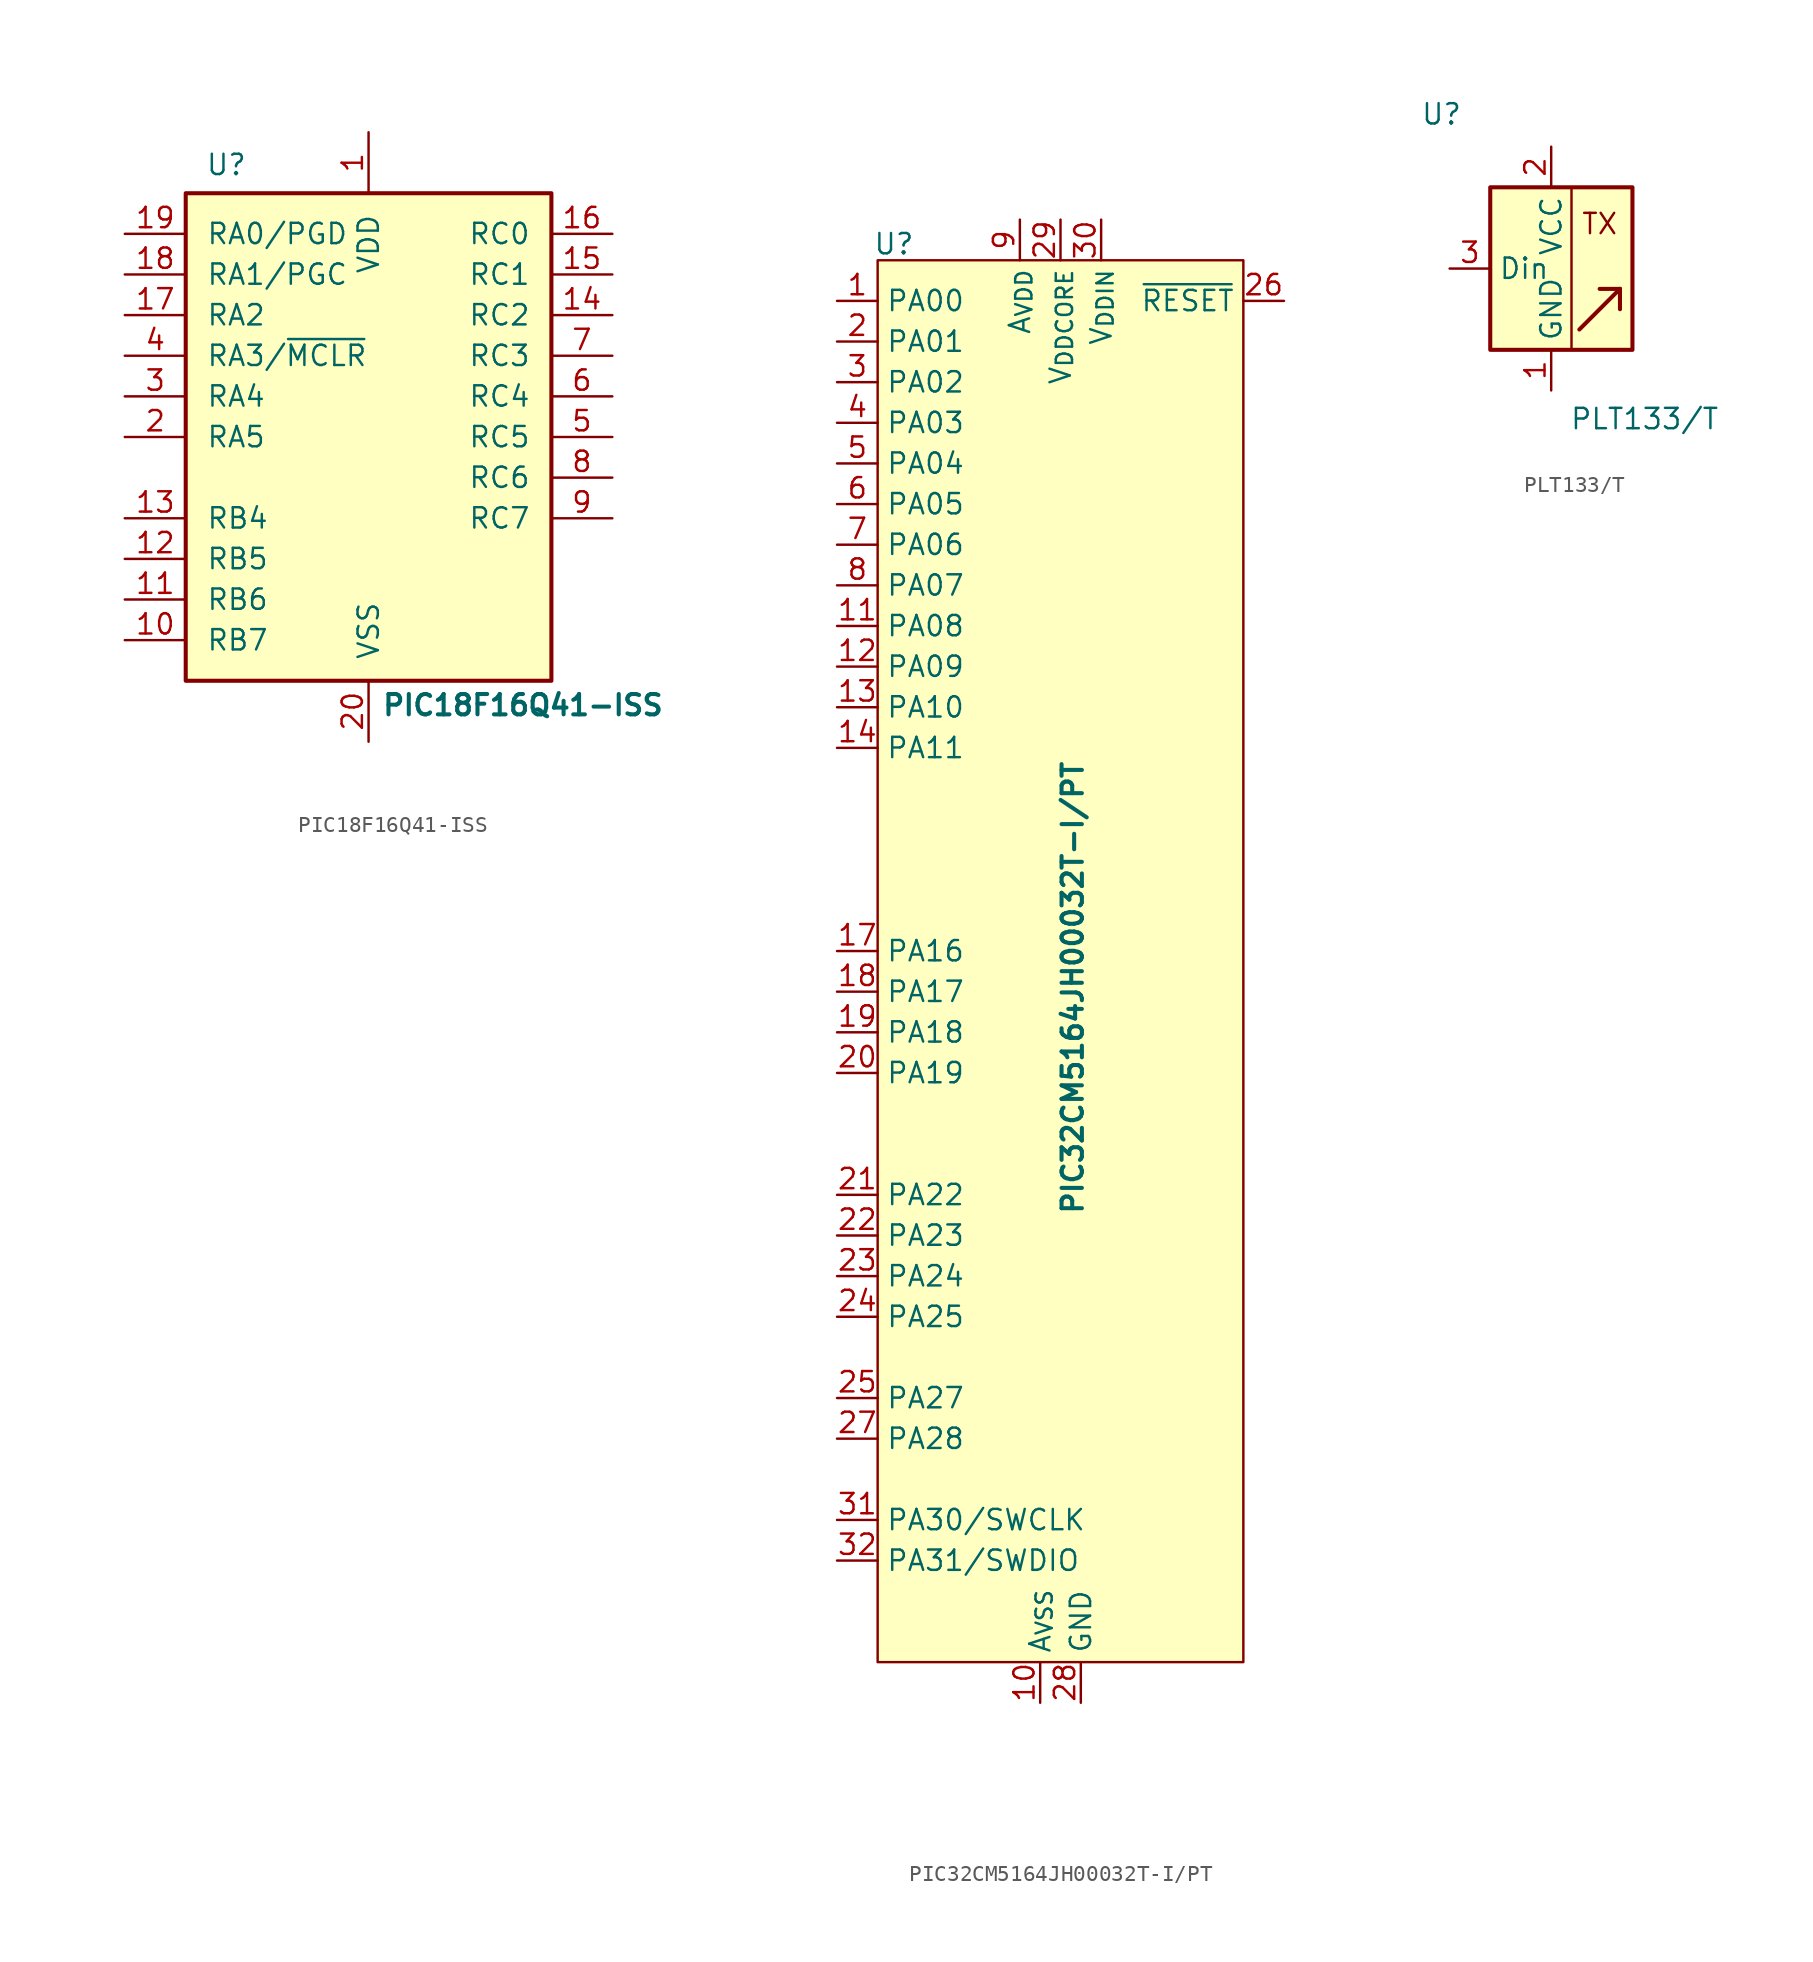
<source format=kicad_sym>
(kicad_symbol_lib
  (version 20241209)
  (generator "kicad_symbol_editor")
  (generator_version "9.0")
  (symbol "PIC18F16Q41-ISS"
    (pin_names
      (offset 1.27))
    (property "Reference" "U"
      (at -8.89 10.668 0)
      (effects (font (size 1.27 1.27))))
    (property "Value" "PIC18F16Q41-ISS"
      (at 9.652 -23.114 0)
      (effects (font (size 1.27 1.27) (bold yes))))
    (symbol "PIC18F16Q41-ISS_0_1"
      (rectangle (start -11.43 8.89) (end 11.43 -21.59) (stroke (width 0.254) (type default)) (fill (type background))))
    (symbol "PIC18F16Q41-ISS_1_1"
      (pin bidirectional line (at -15.24 6.35 0) (length 3.81) (name "RA0/PGD" (effects (font (size 1.27 1.27)))) (number "19" (effects (font (size 1.27 1.27)))))
      (pin bidirectional line (at -15.24 3.81 0) (length 3.81) (name "RA1/PGC" (effects (font (size 1.27 1.27)))) (number "18" (effects (font (size 1.27 1.27)))))
      (pin bidirectional line (at -15.24 1.27 0) (length 3.81) (name "RA2" (effects (font (size 1.27 1.27)))) (number "17" (effects (font (size 1.27 1.27)))))
      (pin input line (at -15.24 -1.27 0) (length 3.81) (name "RA3/~{MCLR}" (effects (font (size 1.27 1.27)))) (number "4" (effects (font (size 1.27 1.27)))))
      (pin bidirectional line (at -15.24 -3.81 0) (length 3.81) (name "RA4" (effects (font (size 1.27 1.27)))) (number "3" (effects (font (size 1.27 1.27)))))
      (pin bidirectional line (at -15.24 -6.35 0) (length 3.81) (name "RA5" (effects (font (size 1.27 1.27)))) (number "2" (effects (font (size 1.27 1.27)))))
      (pin bidirectional line (at -15.24 -11.43 0) (length 3.81) (name "RB4" (effects (font (size 1.27 1.27)))) (number "13" (effects (font (size 1.27 1.27)))))
      (pin bidirectional line (at -15.24 -13.97 0) (length 3.81) (name "RB5" (effects (font (size 1.27 1.27)))) (number "12" (effects (font (size 1.27 1.27)))))
      (pin bidirectional line (at -15.24 -16.51 0) (length 3.81) (name "RB6" (effects (font (size 1.27 1.27)))) (number "11" (effects (font (size 1.27 1.27)))))
      (pin bidirectional line (at -15.24 -19.05 0) (length 3.81) (name "RB7" (effects (font (size 1.27 1.27)))) (number "10" (effects (font (size 1.27 1.27)))))
      (pin passive line (at 0 12.7 270) (length 3.81) (name "VDD" (effects (font (size 1.27 1.27)))) (number "1" (effects (font (size 1.27 1.27)))))
      (pin passive line (at 0 -25.4 90) (length 3.81) (name "VSS" (effects (font (size 1.27 1.27)))) (number "20" (effects (font (size 1.27 1.27)))))
      (pin bidirectional line (at 15.24 6.35 180) (length 3.81) (name "RC0" (effects (font (size 1.27 1.27)))) (number "16" (effects (font (size 1.27 1.27)))))
      (pin bidirectional line (at 15.24 3.81 180) (length 3.81) (name "RC1" (effects (font (size 1.27 1.27)))) (number "15" (effects (font (size 1.27 1.27)))))
      (pin bidirectional line (at 15.24 1.27 180) (length 3.81) (name "RC2" (effects (font (size 1.27 1.27)))) (number "14" (effects (font (size 1.27 1.27)))))
      (pin bidirectional line (at 15.24 -1.27 180) (length 3.81) (name "RC3" (effects (font (size 1.27 1.27)))) (number "7" (effects (font (size 1.27 1.27)))))
      (pin bidirectional line (at 15.24 -3.81 180) (length 3.81) (name "RC4" (effects (font (size 1.27 1.27)))) (number "6" (effects (font (size 1.27 1.27)))))
      (pin bidirectional line (at 15.24 -6.35 180) (length 3.81) (name "RC5" (effects (font (size 1.27 1.27)))) (number "5" (effects (font (size 1.27 1.27)))))
      (pin bidirectional line (at 15.24 -8.89 180) (length 3.81) (name "RC6" (effects (font (size 1.27 1.27)))) (number "8" (effects (font (size 1.27 1.27)))))
      (pin bidirectional line (at 15.24 -11.43 180) (length 3.81) (name "RC7" (effects (font (size 1.27 1.27)))) (number "9" (effects (font (size 1.27 1.27)))))))
  (symbol "PIC32CM5164JH00032T-I/PT"
    (property "Reference" "U"
      (at -10.414 1.016 0)
      (effects (font (size 1.27 1.27))))
    (property "Value" "PIC32CM5164JH00032T-I/PT"
      (at 0.762 -45.466 90)
      (effects (font (size 1.27 1.27) (thickness 0.254) (bold yes))))
    (symbol "PIC32CM5164JH00032T-I/PT_1_1"
      (rectangle (start -11.43 0) (end 11.43 -87.63) (stroke (width 0) (type solid)) (fill (type background)))
      (pin bidirectional line (at -13.97 -2.54 0) (length 2.54) (name "PA00" (effects (font (size 1.27 1.27)))) (number "1" (effects (font (size 1.27 1.27)))))
      (pin bidirectional line (at -13.97 -5.08 0) (length 2.54) (name "PA01" (effects (font (size 1.27 1.27)))) (number "2" (effects (font (size 1.27 1.27)))))
      (pin bidirectional line (at -13.97 -7.62 0) (length 2.54) (name "PA02" (effects (font (size 1.27 1.27)))) (number "3" (effects (font (size 1.27 1.27)))))
      (pin bidirectional line (at -13.97 -10.16 0) (length 2.54) (name "PA03" (effects (font (size 1.27 1.27)))) (number "4" (effects (font (size 1.27 1.27)))))
      (pin bidirectional line (at -13.97 -12.7 0) (length 2.54) (name "PA04" (effects (font (size 1.27 1.27)))) (number "5" (effects (font (size 1.27 1.27)))))
      (pin bidirectional line (at -13.97 -15.24 0) (length 2.54) (name "PA05" (effects (font (size 1.27 1.27)))) (number "6" (effects (font (size 1.27 1.27)))))
      (pin bidirectional line (at -13.97 -17.78 0) (length 2.54) (name "PA06" (effects (font (size 1.27 1.27)))) (number "7" (effects (font (size 1.27 1.27)))))
      (pin bidirectional line (at -13.97 -20.32 0) (length 2.54) (name "PA07" (effects (font (size 1.27 1.27)))) (number "8" (effects (font (size 1.27 1.27)))))
      (pin bidirectional line (at -13.97 -22.86 0) (length 2.54) (name "PA08" (effects (font (size 1.27 1.27)))) (number "11" (effects (font (size 1.27 1.27)))))
      (pin bidirectional line (at -13.97 -25.4 0) (length 2.54) (name "PA09" (effects (font (size 1.27 1.27)))) (number "12" (effects (font (size 1.27 1.27)))))
      (pin bidirectional line (at -13.97 -27.94 0) (length 2.54) (name "PA10" (effects (font (size 1.27 1.27)))) (number "13" (effects (font (size 1.27 1.27)))))
      (pin bidirectional line (at -13.97 -30.48 0) (length 2.54) (name "PA11" (effects (font (size 1.27 1.27)))) (number "14" (effects (font (size 1.27 1.27)))))
      (pin no_connect line (at -13.97 -33.02 0) (length 2.54) (hide yes) (name "N.C." (effects (font (size 1.27 1.27)))) (number "15" (effects (font (size 1.27 1.27)))))
      (pin no_connect line (at -13.97 -35.56 0) (length 2.54) (hide yes) (name "N.C." (effects (font (size 1.27 1.27)))) (number "16" (effects (font (size 1.27 1.27)))))
      (pin bidirectional line (at -13.97 -43.18 0) (length 2.54) (name "PA16" (effects (font (size 1.27 1.27)))) (number "17" (effects (font (size 1.27 1.27)))))
      (pin bidirectional line (at -13.97 -45.72 0) (length 2.54) (name "PA17" (effects (font (size 1.27 1.27)))) (number "18" (effects (font (size 1.27 1.27)))))
      (pin bidirectional line (at -13.97 -48.26 0) (length 2.54) (name "PA18" (effects (font (size 1.27 1.27)))) (number "19" (effects (font (size 1.27 1.27)))))
      (pin bidirectional line (at -13.97 -50.8 0) (length 2.54) (name "PA19" (effects (font (size 1.27 1.27)))) (number "20" (effects (font (size 1.27 1.27)))))
      (pin bidirectional line (at -13.97 -58.42 0) (length 2.54) (name "PA22" (effects (font (size 1.27 1.27)))) (number "21" (effects (font (size 1.27 1.27)))))
      (pin bidirectional line (at -13.97 -60.96 0) (length 2.54) (name "PA23" (effects (font (size 1.27 1.27)))) (number "22" (effects (font (size 1.27 1.27)))))
      (pin bidirectional line (at -13.97 -63.5 0) (length 2.54) (name "PA24" (effects (font (size 1.27 1.27)))) (number "23" (effects (font (size 1.27 1.27)))))
      (pin bidirectional line (at -13.97 -66.04 0) (length 2.54) (name "PA25" (effects (font (size 1.27 1.27)))) (number "24" (effects (font (size 1.27 1.27)))))
      (pin bidirectional line (at -13.97 -71.12 0) (length 2.54) (name "PA27" (effects (font (size 1.27 1.27)))) (number "25" (effects (font (size 1.27 1.27)))))
      (pin bidirectional line (at -13.97 -73.66 0) (length 2.54) (name "PA28" (effects (font (size 1.27 1.27)))) (number "27" (effects (font (size 1.27 1.27)))))
      (pin bidirectional line (at -13.97 -78.74 0) (length 2.54) (name "PA30/SWCLK" (effects (font (size 1.27 1.27)))) (number "31" (effects (font (size 1.27 1.27)))))
      (pin bidirectional line (at -13.97 -81.28 0) (length 2.54) (name "PA31/SWDIO" (effects (font (size 1.27 1.27)))) (number "32" (effects (font (size 1.27 1.27)))))
      (pin passive line (at -2.54 2.54 270) (length 2.54) (name "A_{VDD}" (effects (font (size 1.27 1.27)))) (number "9" (effects (font (size 1.27 1.27)))))
      (pin passive line (at -1.27 -90.17 90) (length 2.54) (name "A_{VSS}" (effects (font (size 1.27 1.27)))) (number "10" (effects (font (size 1.27 1.27)))))
      (pin passive line (at 0 2.54 270) (length 2.54) (name "V_{DDCORE}" (effects (font (size 1.27 1.27)))) (number "29" (effects (font (size 1.27 1.27)))))
      (pin bidirectional line (at 1.27 -90.17 90) (length 2.54) (name "GND" (effects (font (size 1.27 1.27)))) (number "28" (effects (font (size 1.27 1.27)))))
      (pin passive line (at 2.54 2.54 270) (length 2.54) (name "V_{DDIN}" (effects (font (size 1.27 1.27)))) (number "30" (effects (font (size 1.27 1.27)))))
      (pin bidirectional line (at 13.97 -2.54 180) (length 2.54) (name "~{RESET}" (effects (font (size 1.27 1.27)))) (number "26" (effects (font (size 1.27 1.27)))))))
  (symbol "PLT133/T"
    (property "Reference" "U"
      (at -6.858 9.652 0)
      (effects (font (size 1.27 1.27))))
    (property "Value" "PLT133/T"
      (at 5.842 -9.398 0)
      (effects (font (size 1.27 1.27))))
    (symbol "PLT133/T_0_0"
      (text "TX" (at 3.03 2.794 0) (effects (font (size 1.27 1.27)))))
    (symbol "PLT133/T_0_1"
      (rectangle (start -3.81 5.08) (end 5.08 -5.08) (stroke (width 0.254) (type default)) (fill (type background)))
      (polyline (pts (xy 1.27 5.08) (xy 1.27 -5.08)) (stroke (width 0) (type default)) (fill (type none)))
      (polyline (pts (xy 4.3 -1.27) (xy 1.76 -3.81)) (stroke (width 0.254) (type default)) (fill (type none)))
      (polyline (pts (xy 4.3 -1.27) (xy 3.03 -1.27)) (stroke (width 0.254) (type default)) (fill (type none)))
      (polyline (pts (xy 4.3 -1.27) (xy 4.3 -2.54)) (stroke (width 0.254) (type default)) (fill (type none))))
    (symbol "PLT133/T_1_1"
      (pin input line (at -6.35 0 0) (length 2.54) (name "Din" (effects (font (size 1.27 1.27)))) (number "3" (effects (font (size 1.27 1.27)))))
      (pin passive line (at 0 7.62 270) (length 2.54) (name "VCC" (effects (font (size 1.27 1.27)))) (number "2" (effects (font (size 1.27 1.27)))))
      (pin passive line (at 0 -7.62 90) (length 2.54) (name "GND" (effects (font (size 1.27 1.27)))) (number "1" (effects (font (size 1.27 1.27))))))))
</source>
